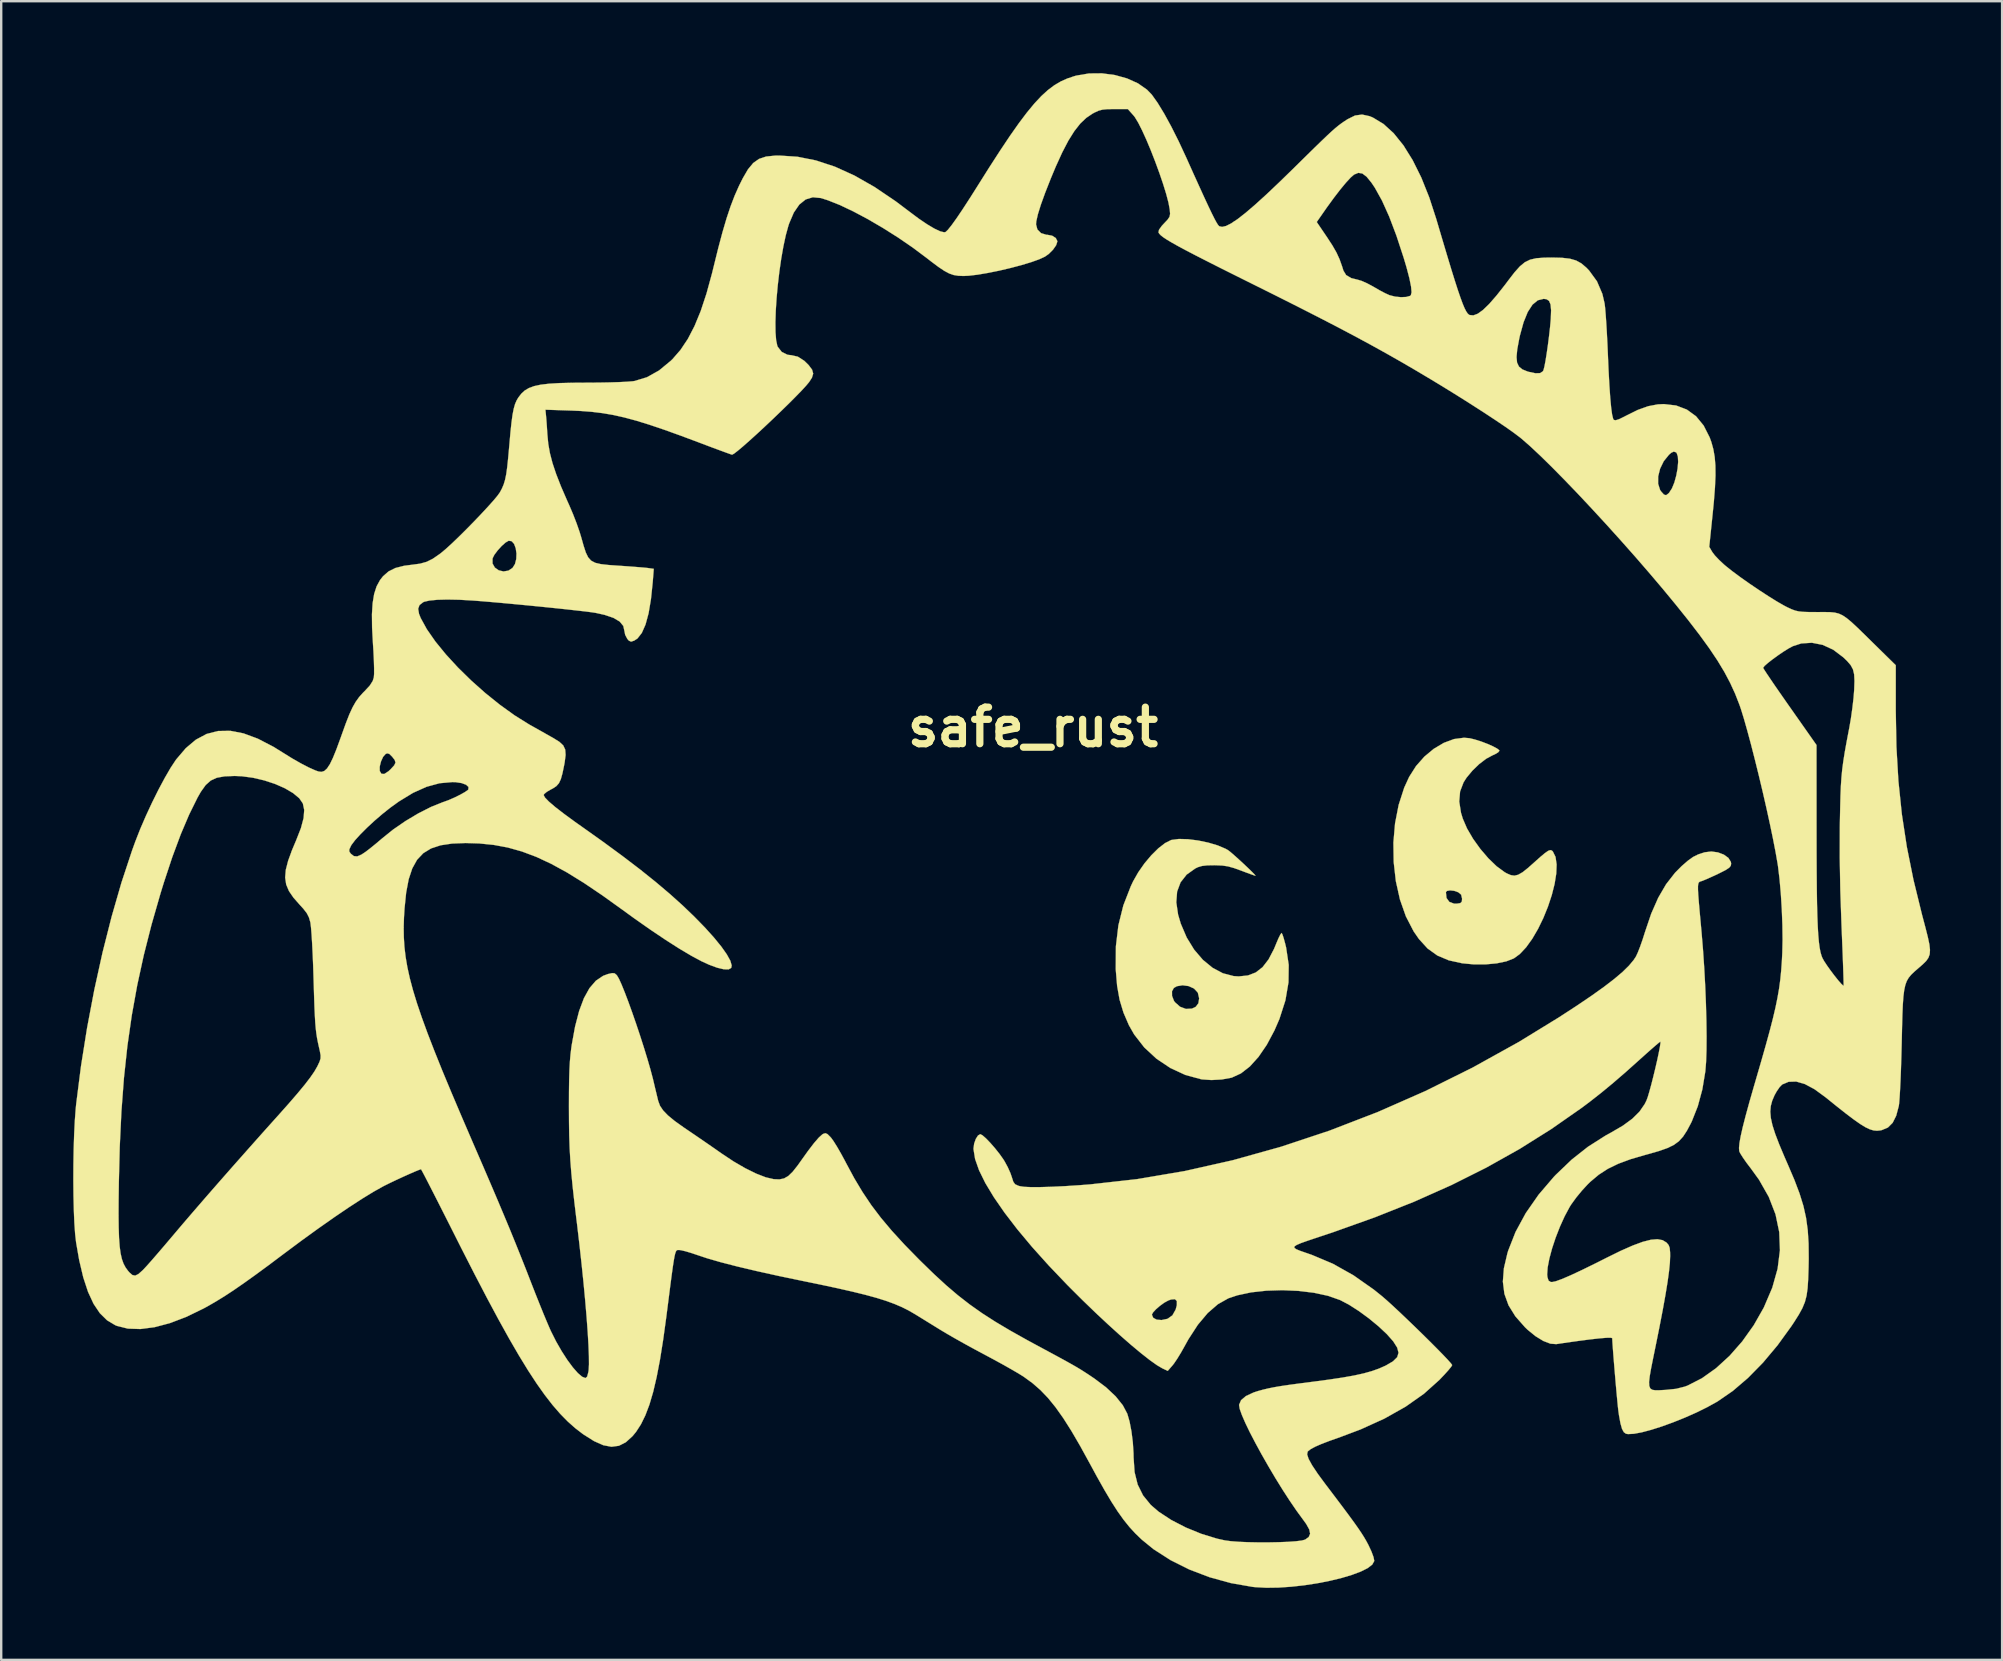
<source format=kicad_pcb>
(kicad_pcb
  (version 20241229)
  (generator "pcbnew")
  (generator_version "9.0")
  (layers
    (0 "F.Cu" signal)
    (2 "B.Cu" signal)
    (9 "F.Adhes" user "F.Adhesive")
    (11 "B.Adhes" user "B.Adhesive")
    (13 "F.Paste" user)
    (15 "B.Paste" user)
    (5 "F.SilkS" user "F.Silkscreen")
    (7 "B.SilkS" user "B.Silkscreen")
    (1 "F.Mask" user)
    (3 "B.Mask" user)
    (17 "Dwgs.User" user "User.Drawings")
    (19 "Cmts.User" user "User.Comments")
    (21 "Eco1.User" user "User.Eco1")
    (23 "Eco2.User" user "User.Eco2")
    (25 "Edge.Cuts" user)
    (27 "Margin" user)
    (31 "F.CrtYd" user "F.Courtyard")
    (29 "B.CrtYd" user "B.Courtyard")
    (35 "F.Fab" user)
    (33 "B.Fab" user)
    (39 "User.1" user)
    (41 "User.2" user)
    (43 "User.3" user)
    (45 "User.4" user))
  (footprint "safe_rust"
    (layer "F.Cu")
    (at 39.981 27.242)
    (property "Reference" "safe_rust" (at 0 0 0) (layer "F.SilkS") (effects (font (size 1.524 1.524) (thickness 0.3))))
    (attr through_hole)
    (fp_poly (pts (xy 18.187 0.46) (xy 18.413 0.515) (xy 18.67 0.596) (xy 18.927 0.694) (xy 19.158 0.796) (xy 19.333 0.889) (xy 19.424 0.963) (xy 19.431 0.982) (xy 19.377 1.049) (xy 19.238 1.131) (xy 19.142 1.173) (xy 18.876 1.316) (xy 18.584 1.54) (xy 18.301 1.814) (xy 18.059 2.106) (xy 17.937 2.297) (xy 17.792 2.677) (xy 17.756 3.097) (xy 17.83 3.567) (xy 17.904 3.81) (xy 18.081 4.22) (xy 18.332 4.65) (xy 18.636 5.073) (xy 18.97 5.463) (xy 19.313 5.794) (xy 19.645 6.039) (xy 19.742 6.093) (xy 19.909 6.164) (xy 20.058 6.185) (xy 20.211 6.148) (xy 20.391 6.045) (xy 20.618 5.865) (xy 20.873 5.639) (xy 21.138 5.402) (xy 21.329 5.243) (xy 21.46 5.152) (xy 21.55 5.12) (xy 21.614 5.138) (xy 21.656 5.178) (xy 21.768 5.405) (xy 21.813 5.717) (xy 21.798 6.098) (xy 21.729 6.529) (xy 21.612 6.992) (xy 21.454 7.47) (xy 21.262 7.944) (xy 21.042 8.397) (xy 20.801 8.811) (xy 20.544 9.169) (xy 20.279 9.451) (xy 20.032 9.631) (xy 19.72 9.754) (xy 19.317 9.838) (xy 18.854 9.881) (xy 18.361 9.881) (xy 17.878 9.835) (xy 17.318 9.712) (xy 16.845 9.512) (xy 16.438 9.22) (xy 16.077 8.824) (xy 15.859 8.509) (xy 15.534 7.882) (xy 15.286 7.177) (xy 15.219 6.874) (xy 17.201 6.874) (xy 17.226 7.115) (xy 17.345 7.279) (xy 17.545 7.353) (xy 17.65 7.353) (xy 17.801 7.329) (xy 17.864 7.267) (xy 17.875 7.146) (xy 17.836 6.976) (xy 17.716 6.877) (xy 17.543 6.816) (xy 17.372 6.798) (xy 17.244 6.822) (xy 17.201 6.874) (xy 15.219 6.874) (xy 15.116 6.415) (xy 15.026 5.617) (xy 15.014 4.807) (xy 15.083 4.006) (xy 15.233 3.236) (xy 15.464 2.52) (xy 15.67 2.071) (xy 15.956 1.621) (xy 16.304 1.227) (xy 16.696 0.901) (xy 17.114 0.653) (xy 17.539 0.495) (xy 17.954 0.44) (xy 18.187 0.46)) (stroke (width 0.01) (type solid)) (fill yes) (layer "F.SilkS"))
    (fp_poly (pts (xy 6.456 4.667) (xy 6.876 4.72) (xy 7.303 4.809) (xy 7.699 4.927) (xy 8.03 5.068) (xy 8.128 5.125) (xy 8.223 5.198) (xy 8.376 5.33) (xy 8.565 5.499) (xy 8.768 5.686) (xy 8.962 5.869) (xy 9.125 6.028) (xy 9.236 6.142) (xy 9.271 6.189) (xy 9.216 6.175) (xy 9.068 6.123) (xy 8.852 6.044) (xy 8.684 5.98) (xy 8.373 5.868) (xy 8.126 5.799) (xy 7.89 5.764) (xy 7.614 5.752) (xy 7.556 5.751) (xy 7.257 5.756) (xy 7.042 5.781) (xy 6.873 5.831) (xy 6.763 5.884) (xy 6.401 6.141) (xy 6.148 6.462) (xy 6.004 6.848) (xy 5.97 7.297) (xy 6.045 7.809) (xy 6.157 8.187) (xy 6.404 8.763) (xy 6.714 9.268) (xy 7.076 9.691) (xy 7.479 10.022) (xy 7.911 10.252) (xy 8.361 10.369) (xy 8.572 10.382) (xy 8.953 10.343) (xy 9.28 10.218) (xy 9.563 9.998) (xy 9.813 9.674) (xy 10.041 9.237) (xy 10.136 9.008) (xy 10.225 8.797) (xy 10.302 8.643) (xy 10.352 8.574) (xy 10.356 8.572) (xy 10.39 8.63) (xy 10.442 8.785) (xy 10.504 9.012) (xy 10.545 9.18) (xy 10.653 9.902) (xy 10.643 10.633) (xy 10.515 11.381) (xy 10.267 12.153) (xy 10.058 12.634) (xy 9.74 13.23) (xy 9.397 13.732) (xy 9.035 14.133) (xy 8.662 14.423) (xy 8.286 14.596) (xy 8.256 14.604) (xy 7.863 14.676) (xy 7.434 14.699) (xy 7.041 14.672) (xy 7.005 14.666) (xy 6.347 14.487) (xy 5.72 14.197) (xy 5.143 13.81) (xy 4.635 13.34) (xy 4.215 12.8) (xy 3.995 12.414) (xy 3.769 11.889) (xy 3.608 11.356) (xy 3.545 11.002) (xy 5.791 11.002) (xy 5.793 11.194) (xy 5.871 11.395) (xy 5.914 11.458) (xy 6.126 11.646) (xy 6.372 11.737) (xy 6.621 11.724) (xy 6.78 11.649) (xy 6.89 11.502) (xy 6.922 11.296) (xy 6.872 11.079) (xy 6.856 11.045) (xy 6.706 10.886) (xy 6.482 10.785) (xy 6.231 10.751) (xy 5.994 10.791) (xy 5.868 10.863) (xy 5.791 11.002) (xy 3.545 11.002) (xy 3.505 10.778) (xy 3.45 10.119) (xy 3.447 10.065) (xy 3.454 9.127) (xy 3.558 8.254) (xy 3.764 7.425) (xy 4.077 6.621) (xy 4.169 6.426) (xy 4.385 6.046) (xy 4.644 5.675) (xy 4.93 5.335) (xy 5.222 5.046) (xy 5.502 4.829) (xy 5.75 4.704) (xy 5.779 4.696) (xy 6.078 4.657) (xy 6.456 4.667)) (stroke (width 0.01) (type solid)) (fill yes) (layer "F.SilkS"))
    (fp_poly (pts (xy 3.41 -27.166) (xy 3.918 -27.025) (xy 4.373 -26.82) (xy 4.75 -26.556) (xy 4.952 -26.346) (xy 5.194 -26.005) (xy 5.466 -25.558) (xy 5.76 -25.021) (xy 6.068 -24.408) (xy 6.381 -23.735) (xy 6.382 -23.733) (xy 6.681 -23.067) (xy 6.934 -22.509) (xy 7.144 -22.049) (xy 7.316 -21.68) (xy 7.455 -21.391) (xy 7.563 -21.175) (xy 7.646 -21.023) (xy 7.707 -20.926) (xy 7.751 -20.875) (xy 7.76 -20.868) (xy 7.877 -20.84) (xy 8.041 -20.878) (xy 8.255 -20.985) (xy 8.343 -21.044) (xy 11.82 -21.044) (xy 12.25 -20.41) (xy 12.476 -20.063) (xy 12.643 -19.771) (xy 12.771 -19.492) (xy 12.881 -19.182) (xy 12.931 -19.02) (xy 13.044 -18.834) (xy 13.26 -18.706) (xy 13.531 -18.639) (xy 13.696 -18.589) (xy 13.922 -18.488) (xy 14.164 -18.359) (xy 14.198 -18.338) (xy 14.439 -18.199) (xy 14.669 -18.078) (xy 14.843 -17.999) (xy 14.859 -17.993) (xy 15.085 -17.936) (xy 15.329 -17.912) (xy 15.549 -17.922) (xy 15.704 -17.965) (xy 15.741 -17.994) (xy 15.771 -18.118) (xy 15.75 -18.354) (xy 15.68 -18.701) (xy 15.561 -19.155) (xy 15.441 -19.558) (xy 15.139 -20.478) (xy 14.839 -21.27) (xy 14.539 -21.936) (xy 14.24 -22.474) (xy 14.098 -22.685) (xy 13.897 -22.931) (xy 13.72 -23.065) (xy 13.552 -23.092) (xy 13.378 -23.02) (xy 13.375 -23.019) (xy 13.235 -22.897) (xy 13.039 -22.685) (xy 12.802 -22.399) (xy 12.537 -22.055) (xy 12.257 -21.671) (xy 12.176 -21.555) (xy 11.82 -21.044) (xy 8.343 -21.044) (xy 8.525 -21.166) (xy 8.855 -21.424) (xy 9.25 -21.762) (xy 9.715 -22.184) (xy 10.254 -22.695) (xy 10.872 -23.296) (xy 10.922 -23.346) (xy 11.362 -23.779) (xy 11.722 -24.133) (xy 12.015 -24.417) (xy 12.251 -24.643) (xy 12.442 -24.82) (xy 12.598 -24.958) (xy 12.732 -25.067) (xy 12.853 -25.158) (xy 12.974 -25.241) (xy 13.105 -25.326) (xy 13.109 -25.328) (xy 13.417 -25.48) (xy 13.71 -25.52) (xy 14.022 -25.452) (xy 14.157 -25.396) (xy 14.599 -25.13) (xy 15.025 -24.742) (xy 15.432 -24.237) (xy 15.816 -23.62) (xy 16.176 -22.895) (xy 16.508 -22.066) (xy 16.797 -21.177) (xy 17.035 -20.373) (xy 17.241 -19.682) (xy 17.418 -19.097) (xy 17.57 -18.608) (xy 17.699 -18.208) (xy 17.809 -17.887) (xy 17.901 -17.638) (xy 17.98 -17.451) (xy 18.048 -17.319) (xy 18.108 -17.232) (xy 18.163 -17.183) (xy 18.19 -17.169) (xy 18.344 -17.154) (xy 18.528 -17.223) (xy 18.746 -17.38) (xy 19.005 -17.631) (xy 19.31 -17.981) (xy 19.669 -18.435) (xy 19.794 -18.602) (xy 20.058 -18.945) (xy 20.281 -19.195) (xy 20.489 -19.367) (xy 20.711 -19.476) (xy 20.972 -19.535) (xy 21.301 -19.559) (xy 21.611 -19.563) (xy 22.037 -19.553) (xy 22.366 -19.515) (xy 22.626 -19.44) (xy 22.847 -19.318) (xy 23.056 -19.139) (xy 23.167 -19.023) (xy 23.494 -18.574) (xy 23.718 -18.051) (xy 23.811 -17.653) (xy 23.833 -17.473) (xy 23.857 -17.189) (xy 23.882 -16.825) (xy 23.907 -16.404) (xy 23.93 -15.95) (xy 23.943 -15.653) (xy 23.976 -14.883) (xy 24.011 -14.238) (xy 24.047 -13.716) (xy 24.085 -13.312) (xy 24.124 -13.025) (xy 24.166 -12.853) (xy 24.194 -12.801) (xy 24.27 -12.784) (xy 24.417 -12.83) (xy 24.649 -12.944) (xy 24.703 -12.973) (xy 25.192 -13.215) (xy 25.624 -13.37) (xy 26.027 -13.447) (xy 26.283 -13.459) (xy 26.791 -13.4) (xy 27.238 -13.23) (xy 27.621 -12.952) (xy 27.938 -12.565) (xy 28.188 -12.072) (xy 28.259 -11.878) (xy 28.341 -11.582) (xy 28.397 -11.263) (xy 28.427 -10.902) (xy 28.431 -10.481) (xy 28.409 -9.984) (xy 28.363 -9.391) (xy 28.318 -8.937) (xy 28.171 -7.513) (xy 28.297 -7.297) (xy 28.404 -7.156) (xy 28.58 -6.97) (xy 28.79 -6.773) (xy 28.861 -6.713) (xy 29.135 -6.495) (xy 29.476 -6.242) (xy 29.859 -5.972) (xy 30.259 -5.702) (xy 30.649 -5.448) (xy 31.004 -5.228) (xy 31.299 -5.059) (xy 31.433 -4.99) (xy 31.605 -4.911) (xy 31.751 -4.857) (xy 31.9 -4.823) (xy 32.082 -4.804) (xy 32.328 -4.796) (xy 32.668 -4.794) (xy 32.707 -4.794) (xy 32.987 -4.795) (xy 33.212 -4.791) (xy 33.399 -4.773) (xy 33.565 -4.732) (xy 33.726 -4.658) (xy 33.897 -4.543) (xy 34.097 -4.377) (xy 34.34 -4.151) (xy 34.643 -3.856) (xy 35.004 -3.501) (xy 35.941 -2.581) (xy 35.941 -0.697) (xy 35.968 0.814) (xy 36.051 2.243) (xy 36.194 3.623) (xy 36.402 4.986) (xy 36.68 6.367) (xy 37.031 7.798) (xy 37.051 7.874) (xy 37.181 8.365) (xy 37.278 8.75) (xy 37.341 9.049) (xy 37.366 9.279) (xy 37.354 9.459) (xy 37.301 9.606) (xy 37.208 9.739) (xy 37.071 9.875) (xy 36.89 10.033) (xy 36.859 10.06) (xy 36.706 10.193) (xy 36.581 10.314) (xy 36.48 10.436) (xy 36.4 10.574) (xy 36.339 10.741) (xy 36.293 10.951) (xy 36.259 11.218) (xy 36.235 11.556) (xy 36.217 11.978) (xy 36.203 12.499) (xy 36.189 13.132) (xy 36.188 13.176) (xy 36.174 13.714) (xy 36.158 14.227) (xy 36.14 14.697) (xy 36.12 15.107) (xy 36.1 15.439) (xy 36.081 15.676) (xy 36.067 15.778) (xy 35.959 16.186) (xy 35.811 16.481) (xy 35.614 16.677) (xy 35.36 16.784) (xy 35.296 16.797) (xy 35.158 16.811) (xy 35.017 16.798) (xy 34.862 16.752) (xy 34.682 16.667) (xy 34.463 16.533) (xy 34.195 16.345) (xy 33.865 16.096) (xy 33.461 15.777) (xy 33.01 15.413) (xy 32.557 15.082) (xy 32.153 14.866) (xy 31.794 14.762) (xy 31.478 14.772) (xy 31.209 14.885) (xy 31.103 14.993) (xy 30.979 15.174) (xy 30.888 15.338) (xy 30.793 15.562) (xy 30.734 15.783) (xy 30.714 16.016) (xy 30.736 16.277) (xy 30.803 16.581) (xy 30.919 16.943) (xy 31.086 17.379) (xy 31.307 17.904) (xy 31.447 18.224) (xy 31.72 18.864) (xy 31.933 19.427) (xy 32.093 19.942) (xy 32.204 20.44) (xy 32.274 20.953) (xy 32.309 21.51) (xy 32.315 22.143) (xy 32.308 22.521) (xy 32.292 22.996) (xy 32.268 23.373) (xy 32.225 23.68) (xy 32.156 23.945) (xy 32.052 24.198) (xy 31.905 24.467) (xy 31.707 24.781) (xy 31.587 24.961) (xy 31.016 25.749) (xy 30.411 26.47) (xy 29.784 27.109) (xy 29.151 27.651) (xy 28.524 28.083) (xy 28.501 28.097) (xy 28.09 28.325) (xy 27.636 28.549) (xy 27.157 28.761) (xy 26.672 28.956) (xy 26.199 29.128) (xy 25.756 29.269) (xy 25.361 29.374) (xy 25.033 29.435) (xy 24.789 29.448) (xy 24.702 29.433) (xy 24.613 29.369) (xy 24.538 29.231) (xy 24.473 29.003) (xy 24.412 28.67) (xy 24.385 28.48) (xy 24.366 28.31) (xy 24.34 28.046) (xy 24.309 27.714) (xy 24.275 27.336) (xy 24.241 26.936) (xy 24.208 26.54) (xy 24.178 26.17) (xy 24.154 25.852) (xy 24.137 25.608) (xy 24.13 25.463) (xy 24.13 25.452) (xy 24.069 25.433) (xy 23.888 25.436) (xy 23.595 25.46) (xy 23.196 25.505) (xy 22.696 25.57) (xy 22.103 25.654) (xy 21.796 25.7) (xy 21.552 25.681) (xy 21.258 25.568) (xy 20.936 25.371) (xy 20.605 25.102) (xy 20.494 24.995) (xy 20.094 24.541) (xy 19.81 24.083) (xy 19.638 23.607) (xy 19.574 23.097) (xy 19.617 22.54) (xy 19.762 21.919) (xy 19.794 21.812) (xy 20.102 21.028) (xy 20.527 20.244) (xy 21.064 19.473) (xy 21.702 18.727) (xy 21.78 18.646) (xy 22.443 18.012) (xy 23.12 17.478) (xy 23.846 17.016) (xy 24.075 16.89) (xy 24.577 16.597) (xy 24.968 16.31) (xy 25.265 16.015) (xy 25.483 15.699) (xy 25.556 15.552) (xy 25.61 15.405) (xy 25.678 15.175) (xy 25.758 14.884) (xy 25.841 14.556) (xy 25.924 14.214) (xy 26.001 13.881) (xy 26.065 13.58) (xy 26.113 13.333) (xy 26.138 13.165) (xy 26.137 13.098) (xy 26.086 13.133) (xy 25.958 13.24) (xy 25.768 13.405) (xy 25.531 13.615) (xy 25.331 13.795) (xy 24.719 14.343) (xy 24.172 14.816) (xy 23.67 15.231) (xy 23.192 15.606) (xy 22.86 15.855) (xy 21.588 16.743) (xy 20.267 17.572) (xy 18.884 18.347) (xy 17.428 19.076) (xy 15.885 19.764) (xy 14.243 20.417) (xy 12.49 21.043) (xy 12.351 21.089) (xy 11.845 21.258) (xy 11.452 21.389) (xy 11.167 21.49) (xy 10.981 21.57) (xy 10.891 21.634) (xy 10.889 21.691) (xy 10.97 21.748) (xy 11.127 21.813) (xy 11.355 21.892) (xy 11.62 21.984) (xy 12.493 22.352) (xy 13.348 22.832) (xy 14.199 23.43) (xy 14.541 23.705) (xy 14.734 23.872) (xy 14.98 24.095) (xy 15.265 24.361) (xy 15.576 24.657) (xy 15.902 24.97) (xy 16.228 25.288) (xy 16.541 25.597) (xy 16.829 25.886) (xy 17.078 26.14) (xy 17.275 26.348) (xy 17.407 26.496) (xy 17.462 26.571) (xy 17.462 26.574) (xy 17.42 26.645) (xy 17.306 26.785) (xy 17.136 26.973) (xy 16.932 27.188) (xy 16.285 27.768) (xy 15.521 28.306) (xy 14.642 28.801) (xy 13.652 29.251) (xy 12.827 29.562) (xy 12.365 29.726) (xy 12.011 29.861) (xy 11.752 29.975) (xy 11.573 30.071) (xy 11.462 30.158) (xy 11.442 30.18) (xy 11.42 30.293) (xy 11.482 30.483) (xy 11.63 30.752) (xy 11.865 31.104) (xy 12.15 31.491) (xy 12.55 32.019) (xy 12.881 32.458) (xy 13.151 32.82) (xy 13.369 33.118) (xy 13.542 33.362) (xy 13.68 33.566) (xy 13.79 33.74) (xy 13.882 33.897) (xy 13.963 34.048) (xy 13.975 34.072) (xy 14.101 34.343) (xy 14.185 34.569) (xy 14.215 34.721) (xy 14.214 34.739) (xy 14.133 34.885) (xy 13.94 35.032) (xy 13.651 35.176) (xy 13.281 35.314) (xy 12.846 35.444) (xy 12.36 35.561) (xy 11.841 35.663) (xy 11.301 35.746) (xy 10.758 35.806) (xy 10.227 35.842) (xy 9.722 35.849) (xy 9.26 35.824) (xy 9.144 35.812) (xy 8.241 35.654) (xy 7.356 35.41) (xy 6.511 35.088) (xy 5.727 34.696) (xy 5.023 34.244) (xy 4.532 33.844) (xy 4.267 33.589) (xy 4.018 33.318) (xy 3.775 33.016) (xy 3.528 32.67) (xy 3.266 32.263) (xy 2.98 31.782) (xy 2.659 31.211) (xy 2.37 30.678) (xy 1.967 29.945) (xy 1.601 29.317) (xy 1.262 28.783) (xy 0.941 28.33) (xy 0.628 27.945) (xy 0.313 27.616) (xy -0.013 27.331) (xy -0.36 27.077) (xy -0.413 27.041) (xy -0.61 26.919) (xy -0.895 26.753) (xy -1.239 26.558) (xy -1.617 26.351) (xy -2.003 26.144) (xy -2.018 26.136) (xy -2.426 25.918) (xy -2.849 25.686) (xy -3.254 25.459) (xy -3.608 25.254) (xy -3.859 25.104) (xy -4.165 24.915) (xy -4.473 24.725) (xy -4.745 24.557) (xy -4.921 24.449) (xy -5.186 24.296) (xy -5.465 24.156) (xy -5.772 24.025) (xy -6.118 23.898) (xy -6.517 23.773) (xy -6.981 23.646) (xy -7.523 23.513) (xy -8.156 23.369) (xy -8.891 23.212) (xy -9.525 23.082) (xy -10.573 22.864) (xy -11.504 22.658) (xy -12.316 22.466) (xy -13.006 22.288) (xy -13.574 22.124) (xy -13.962 21.995) (xy -14.236 21.903) (xy -14.483 21.83) (xy -14.667 21.787) (xy -14.73 21.78) (xy -14.775 21.779) (xy -14.812 21.781) (xy -14.845 21.799) (xy -14.875 21.842) (xy -14.903 21.921) (xy -14.933 22.048) (xy -14.966 22.234) (xy -15.005 22.488) (xy -15.051 22.823) (xy -15.107 23.249) (xy -15.174 23.776) (xy -15.256 24.416) (xy -15.276 24.575) (xy -15.406 25.52) (xy -15.538 26.348) (xy -15.676 27.067) (xy -15.821 27.687) (xy -15.977 28.217) (xy -16.147 28.665) (xy -16.332 29.042) (xy -16.536 29.357) (xy -16.682 29.534) (xy -16.96 29.787) (xy -17.248 29.934) (xy -17.558 29.976) (xy -17.901 29.911) (xy -18.287 29.739) (xy -18.729 29.46) (xy -18.761 29.437) (xy -19.073 29.197) (xy -19.382 28.922) (xy -19.693 28.605) (xy -20.01 28.24) (xy -20.336 27.82) (xy -20.677 27.339) (xy -21.036 26.79) (xy -21.418 26.166) (xy -21.827 25.461) (xy -22.267 24.668) (xy -22.743 23.78) (xy -23.258 22.792) (xy -23.818 21.696) (xy -24.039 21.257) (xy -24.319 20.701) (xy -24.582 20.181) (xy -24.822 19.707) (xy -25.034 19.292) (xy -25.212 18.944) (xy -25.351 18.675) (xy -25.446 18.496) (xy -25.49 18.418) (xy -25.492 18.415) (xy -25.573 18.441) (xy -25.743 18.51) (xy -25.975 18.611) (xy -26.245 18.732) (xy -26.527 18.863) (xy -26.795 18.99) (xy -27.023 19.103) (xy -27.069 19.127) (xy -27.464 19.348) (xy -27.944 19.642) (xy -28.497 20.001) (xy -29.11 20.417) (xy -29.772 20.882) (xy -30.47 21.387) (xy -31.191 21.924) (xy -31.21 21.938) (xy -31.844 22.414) (xy -32.394 22.818) (xy -32.875 23.162) (xy -33.299 23.455) (xy -33.682 23.706) (xy -34.038 23.925) (xy -34.381 24.123) (xy -34.546 24.213) (xy -35.265 24.563) (xy -35.949 24.824) (xy -36.59 24.994) (xy -37.178 25.071) (xy -37.704 25.054) (xy -38.161 24.94) (xy -38.233 24.91) (xy -38.571 24.707) (xy -38.871 24.412) (xy -39.134 24.02) (xy -39.363 23.525) (xy -39.562 22.921) (xy -39.732 22.203) (xy -39.861 21.463) (xy -39.901 21.112) (xy -39.933 20.656) (xy -39.947 20.323) (xy -38.093 20.323) (xy -38.087 20.847) (xy -38.072 21.28) (xy -38.046 21.634) (xy -38.007 21.922) (xy -37.954 22.155) (xy -37.886 22.346) (xy -37.801 22.506) (xy -37.698 22.647) (xy -37.637 22.717) (xy -37.516 22.822) (xy -37.399 22.846) (xy -37.264 22.78) (xy -37.085 22.62) (xy -37.025 22.558) (xy -36.899 22.421) (xy -36.708 22.206) (xy -36.469 21.93) (xy -36.196 21.612) (xy -35.907 21.271) (xy -35.774 21.114) (xy -35.395 20.667) (xy -34.944 20.142) (xy -34.436 19.555) (xy -33.883 18.922) (xy -33.301 18.26) (xy -32.702 17.584) (xy -32.102 16.909) (xy -31.514 16.253) (xy -31.459 16.192) (xy -31.005 15.682) (xy -30.633 15.251) (xy -30.335 14.891) (xy -30.105 14.591) (xy -29.933 14.341) (xy -29.813 14.133) (xy -29.804 14.114) (xy -29.719 13.934) (xy -29.678 13.802) (xy -29.676 13.667) (xy -29.709 13.483) (xy -29.739 13.352) (xy -29.785 13.144) (xy -29.823 12.952) (xy -29.853 12.758) (xy -29.878 12.546) (xy -29.899 12.299) (xy -29.916 11.998) (xy -29.933 11.627) (xy -29.948 11.169) (xy -29.965 10.607) (xy -29.971 10.414) (xy -29.987 9.912) (xy -30.007 9.435) (xy -30.029 9.002) (xy -30.052 8.632) (xy -30.075 8.346) (xy -26.215 8.346) (xy -26.209 8.748) (xy -26.184 9.152) (xy -26.135 9.567) (xy -26.061 10.001) (xy -25.959 10.463) (xy -25.826 10.962) (xy -25.66 11.505) (xy -25.457 12.103) (xy -25.216 12.763) (xy -24.933 13.494) (xy -24.607 14.305) (xy -24.233 15.203) (xy -23.81 16.199) (xy -23.336 17.3) (xy -23.307 17.367) (xy -22.929 18.239) (xy -22.596 19.014) (xy -22.3 19.708) (xy -22.034 20.34) (xy -21.789 20.927) (xy -21.56 21.489) (xy -21.338 22.042) (xy -21.115 22.604) (xy -20.886 23.194) (xy -20.714 23.633) (xy -20.541 24.065) (xy -20.378 24.467) (xy -20.234 24.811) (xy -20.12 25.075) (xy -20.078 25.167) (xy -19.864 25.593) (xy -19.633 25.995) (xy -19.398 26.359) (xy -19.169 26.668) (xy -18.959 26.907) (xy -18.778 27.061) (xy -18.64 27.114) (xy -18.572 27.052) (xy -18.522 26.865) (xy -18.509 26.781) (xy -18.496 26.543) (xy -18.499 26.192) (xy -18.517 25.739) (xy -18.549 25.196) (xy -18.595 24.574) (xy -18.653 23.886) (xy -18.723 23.144) (xy -18.804 22.359) (xy -18.894 21.543) (xy -18.992 20.709) (xy -19.017 20.511) (xy -19.105 19.776) (xy -19.176 19.139) (xy -19.231 18.571) (xy -19.272 18.046) (xy -19.301 17.534) (xy -19.319 17.009) (xy -19.328 16.442) (xy -19.331 15.805) (xy -19.331 15.78) (xy -19.329 15.181) (xy -19.322 14.687) (xy -19.31 14.278) (xy -19.291 13.932) (xy -19.265 13.628) (xy -19.23 13.344) (xy -19.215 13.24) (xy -19.075 12.471) (xy -18.906 11.823) (xy -18.707 11.291) (xy -18.475 10.872) (xy -18.208 10.562) (xy -17.906 10.358) (xy -17.707 10.284) (xy -17.532 10.245) (xy -17.429 10.253) (xy -17.35 10.318) (xy -17.326 10.347) (xy -17.247 10.482) (xy -17.138 10.721) (xy -17.006 11.047) (xy -16.856 11.441) (xy -16.695 11.887) (xy -16.529 12.366) (xy -16.364 12.86) (xy -16.206 13.353) (xy -16.061 13.826) (xy -15.935 14.262) (xy -15.834 14.643) (xy -15.813 14.732) (xy -15.744 15.024) (xy -15.678 15.297) (xy -15.627 15.509) (xy -15.611 15.574) (xy -15.538 15.77) (xy -15.408 15.964) (xy -15.209 16.171) (xy -14.926 16.404) (xy -14.547 16.675) (xy -14.417 16.763) (xy -14.062 17.004) (xy -13.661 17.279) (xy -13.269 17.55) (xy -12.986 17.749) (xy -12.479 18.086) (xy -11.989 18.371) (xy -11.534 18.596) (xy -11.132 18.752) (xy -10.803 18.828) (xy -10.792 18.829) (xy -10.563 18.838) (xy -10.37 18.798) (xy -10.192 18.696) (xy -10.008 18.517) (xy -9.795 18.247) (xy -9.683 18.089) (xy -9.374 17.656) (xy -9.123 17.328) (xy -8.926 17.1) (xy -8.778 16.966) (xy -8.74 16.942) (xy -8.649 16.913) (xy -8.561 16.95) (xy -8.441 17.069) (xy -8.408 17.106) (xy -8.305 17.249) (xy -8.162 17.477) (xy -7.998 17.762) (xy -7.828 18.075) (xy -7.786 18.157) (xy -7.447 18.787) (xy -7.102 19.363) (xy -6.737 19.908) (xy -6.334 20.44) (xy -5.878 20.982) (xy -5.353 21.555) (xy -4.744 22.178) (xy -4.664 22.257) (xy -4.122 22.784) (xy -3.618 23.248) (xy -3.13 23.664) (xy -2.639 24.046) (xy -2.124 24.41) (xy -1.564 24.77) (xy -0.938 25.142) (xy -0.226 25.541) (xy 0.159 25.749) (xy 0.647 26.012) (xy 1.04 26.224) (xy 1.355 26.396) (xy 1.607 26.537) (xy 1.815 26.656) (xy 1.994 26.764) (xy 2.161 26.87) (xy 2.334 26.983) (xy 2.528 27.114) (xy 2.555 27.132) (xy 3.043 27.499) (xy 3.443 27.875) (xy 3.742 28.247) (xy 3.929 28.6) (xy 4.023 28.925) (xy 4.102 29.336) (xy 4.159 29.792) (xy 4.188 30.253) (xy 4.191 30.428) (xy 4.232 31.031) (xy 4.361 31.551) (xy 4.585 32.003) (xy 4.909 32.401) (xy 5.239 32.684) (xy 5.762 33.027) (xy 6.369 33.34) (xy 7.018 33.605) (xy 7.668 33.804) (xy 7.995 33.876) (xy 8.246 33.91) (xy 8.577 33.935) (xy 8.964 33.951) (xy 9.385 33.959) (xy 9.816 33.959) (xy 10.235 33.951) (xy 10.62 33.936) (xy 10.946 33.913) (xy 11.192 33.883) (xy 11.334 33.845) (xy 11.335 33.845) (xy 11.486 33.737) (xy 11.545 33.6) (xy 11.51 33.422) (xy 11.378 33.186) (xy 11.24 32.996) (xy 10.972 32.629) (xy 10.686 32.21) (xy 10.389 31.751) (xy 10.09 31.267) (xy 9.798 30.773) (xy 9.519 30.284) (xy 9.262 29.812) (xy 9.034 29.374) (xy 8.845 28.982) (xy 8.702 28.652) (xy 8.612 28.399) (xy 8.585 28.235) (xy 8.585 28.228) (xy 8.668 28.035) (xy 8.871 27.863) (xy 9.192 27.714) (xy 9.37 27.656) (xy 9.584 27.597) (xy 9.803 27.545) (xy 10.045 27.496) (xy 10.333 27.447) (xy 10.686 27.395) (xy 11.125 27.336) (xy 11.639 27.27) (xy 12.323 27.179) (xy 12.896 27.093) (xy 13.375 27.008) (xy 13.778 26.919) (xy 14.12 26.823) (xy 14.418 26.717) (xy 14.689 26.596) (xy 14.7 26.591) (xy 14.996 26.418) (xy 15.171 26.246) (xy 15.228 26.06) (xy 15.172 25.845) (xy 15.008 25.586) (xy 15.007 25.584) (xy 14.743 25.286) (xy 14.396 24.96) (xy 13.996 24.63) (xy 13.574 24.321) (xy 13.162 24.057) (xy 12.794 23.864) (xy 12.293 23.688) (xy 11.706 23.561) (xy 11.061 23.483) (xy 10.39 23.453) (xy 9.721 23.474) (xy 9.086 23.544) (xy 8.514 23.666) (xy 8.138 23.792) (xy 7.703 24.037) (xy 7.278 24.405) (xy 6.868 24.893) (xy 6.474 25.5) (xy 6.323 25.773) (xy 6.169 26.047) (xy 6.011 26.306) (xy 5.873 26.51) (xy 5.815 26.583) (xy 5.614 26.815) (xy 5.387 26.708) (xy 5.163 26.576) (xy 4.862 26.362) (xy 4.497 26.075) (xy 4.076 25.724) (xy 3.613 25.319) (xy 3.117 24.869) (xy 2.694 24.474) (xy 4.953 24.474) (xy 5.008 24.603) (xy 5.152 24.681) (xy 5.356 24.698) (xy 5.592 24.648) (xy 5.612 24.641) (xy 5.808 24.501) (xy 5.944 24.259) (xy 5.992 24.08) (xy 5.993 23.907) (xy 5.913 23.828) (xy 5.748 23.842) (xy 5.635 23.883) (xy 5.47 23.973) (xy 5.288 24.105) (xy 5.12 24.251) (xy 4.998 24.384) (xy 4.953 24.474) (xy 2.694 24.474) (xy 2.599 24.385) (xy 2.071 23.875) (xy 1.543 23.349) (xy 1.425 23.23) (xy 0.654 22.422) (xy -0.041 21.648) (xy -0.655 20.913) (xy -1.186 20.221) (xy -1.63 19.579) (xy -1.985 18.99) (xy -2.246 18.459) (xy -2.411 17.991) (xy -2.476 17.591) (xy -2.477 17.543) (xy -2.45 17.343) (xy -2.381 17.151) (xy -2.29 17.009) (xy -2.196 16.954) (xy -2.103 17.002) (xy -1.956 17.131) (xy -1.775 17.319) (xy -1.581 17.542) (xy -1.392 17.779) (xy -1.231 18.008) (xy -1.185 18.081) (xy -1.052 18.326) (xy -0.937 18.583) (xy -0.879 18.753) (xy -0.819 18.938) (xy -0.745 19.04) (xy -0.618 19.1) (xy -0.542 19.122) (xy -0.361 19.148) (xy -0.068 19.161) (xy 0.324 19.159) (xy 0.798 19.145) (xy 1.342 19.119) (xy 1.942 19.08) (xy 2.381 19.046) (xy 4.337 18.827) (xy 6.322 18.49) (xy 8.326 18.039) (xy 10.34 17.476) (xy 12.355 16.806) (xy 14.363 16.031) (xy 16.352 15.155) (xy 18.314 14.18) (xy 20.241 13.111) (xy 21.912 12.086) (xy 22.64 11.612) (xy 23.261 11.192) (xy 23.784 10.819) (xy 24.215 10.488) (xy 24.561 10.195) (xy 24.828 9.932) (xy 25.025 9.696) (xy 25.116 9.557) (xy 25.192 9.395) (xy 25.29 9.146) (xy 25.396 8.844) (xy 25.492 8.541) (xy 25.754 7.767) (xy 26.046 7.105) (xy 26.374 6.542) (xy 26.747 6.064) (xy 27.022 5.787) (xy 27.282 5.561) (xy 27.497 5.407) (xy 27.709 5.301) (xy 27.956 5.22) (xy 27.988 5.211) (xy 28.26 5.179) (xy 28.533 5.216) (xy 28.779 5.309) (xy 28.968 5.445) (xy 29.072 5.612) (xy 29.083 5.69) (xy 29.067 5.775) (xy 29.003 5.853) (xy 28.871 5.941) (xy 28.649 6.056) (xy 28.576 6.092) (xy 28.321 6.212) (xy 28.087 6.318) (xy 27.914 6.39) (xy 27.878 6.404) (xy 27.818 6.422) (xy 27.771 6.44) (xy 27.736 6.47) (xy 27.713 6.527) (xy 27.702 6.623) (xy 27.702 6.77) (xy 27.713 6.983) (xy 27.736 7.275) (xy 27.769 7.657) (xy 27.814 8.145) (xy 27.85 8.541) (xy 27.911 9.275) (xy 27.962 10.029) (xy 28.003 10.785) (xy 28.033 11.524) (xy 28.052 12.228) (xy 28.06 12.88) (xy 28.056 13.46) (xy 28.039 13.951) (xy 28.008 14.334) (xy 28.007 14.344) (xy 27.883 15.091) (xy 27.693 15.793) (xy 27.447 16.415) (xy 27.404 16.503) (xy 27.239 16.813) (xy 27.08 17.056) (xy 26.907 17.247) (xy 26.699 17.4) (xy 26.434 17.53) (xy 26.092 17.651) (xy 25.653 17.778) (xy 25.511 17.816) (xy 24.894 17.996) (xy 24.381 18.186) (xy 23.947 18.397) (xy 23.569 18.642) (xy 23.222 18.933) (xy 23.109 19.043) (xy 22.868 19.304) (xy 22.628 19.596) (xy 22.427 19.873) (xy 22.356 19.985) (xy 22.146 20.377) (xy 21.949 20.812) (xy 21.772 21.266) (xy 21.623 21.716) (xy 21.51 22.137) (xy 21.439 22.507) (xy 21.419 22.8) (xy 21.43 22.908) (xy 21.477 23.054) (xy 21.564 23.11) (xy 21.625 23.114) (xy 21.779 23.082) (xy 22.042 22.986) (xy 22.409 22.828) (xy 22.881 22.607) (xy 23.454 22.326) (xy 23.886 22.108) (xy 24.483 21.814) (xy 24.986 21.592) (xy 25.403 21.438) (xy 25.743 21.352) (xy 26.015 21.33) (xy 26.229 21.37) (xy 26.392 21.47) (xy 26.396 21.474) (xy 26.478 21.571) (xy 26.523 21.692) (xy 26.54 21.876) (xy 26.542 22.03) (xy 26.531 22.31) (xy 26.495 22.666) (xy 26.435 23.107) (xy 26.348 23.64) (xy 26.234 24.273) (xy 26.091 25.014) (xy 25.943 25.749) (xy 25.833 26.287) (xy 25.748 26.712) (xy 25.691 27.038) (xy 25.664 27.277) (xy 25.672 27.442) (xy 25.716 27.547) (xy 25.799 27.603) (xy 25.924 27.623) (xy 26.095 27.621) (xy 26.313 27.609) (xy 26.352 27.607) (xy 26.79 27.562) (xy 27.158 27.469) (xy 27.274 27.425) (xy 27.869 27.12) (xy 28.455 26.703) (xy 29.019 26.187) (xy 29.546 25.586) (xy 30.024 24.915) (xy 30.438 24.187) (xy 30.45 24.162) (xy 30.797 23.35) (xy 31.019 22.56) (xy 31.116 21.788) (xy 31.087 21.033) (xy 30.932 20.293) (xy 30.651 19.567) (xy 30.245 18.852) (xy 29.907 18.385) (xy 29.723 18.143) (xy 29.569 17.922) (xy 29.462 17.751) (xy 29.421 17.664) (xy 29.411 17.53) (xy 29.43 17.323) (xy 29.482 17.035) (xy 29.567 16.659) (xy 29.688 16.187) (xy 29.845 15.613) (xy 30.042 14.927) (xy 30.099 14.732) (xy 30.329 13.942) (xy 30.524 13.257) (xy 30.687 12.663) (xy 30.821 12.144) (xy 30.929 11.685) (xy 31.014 11.27) (xy 31.081 10.885) (xy 31.131 10.514) (xy 31.168 10.142) (xy 31.196 9.753) (xy 31.214 9.398) (xy 31.226 8.856) (xy 31.218 8.239) (xy 31.193 7.587) (xy 31.153 6.935) (xy 31.099 6.324) (xy 31.035 5.791) (xy 31.015 5.665) (xy 30.932 5.19) (xy 30.824 4.636) (xy 30.696 4.021) (xy 30.552 3.365) (xy 30.397 2.688) (xy 30.235 2.008) (xy 30.071 1.345) (xy 29.911 0.718) (xy 29.757 0.147) (xy 29.616 -0.35) (xy 29.492 -0.752) (xy 29.43 -0.932) (xy 29.249 -1.395) (xy 29.041 -1.848) (xy 28.799 -2.305) (xy 28.697 -2.473) (xy 30.416 -2.473) (xy 30.452 -2.409) (xy 30.551 -2.255) (xy 30.707 -2.024) (xy 30.908 -1.728) (xy 31.148 -1.382) (xy 31.416 -0.997) (xy 31.528 -0.838) (xy 32.639 0.743) (xy 32.641 4.293) (xy 32.642 5.226) (xy 32.646 6.042) (xy 32.652 6.748) (xy 32.661 7.353) (xy 32.674 7.867) (xy 32.691 8.298) (xy 32.712 8.656) (xy 32.738 8.948) (xy 32.769 9.183) (xy 32.805 9.372) (xy 32.848 9.522) (xy 32.884 9.614) (xy 32.957 9.746) (xy 33.078 9.929) (xy 33.227 10.138) (xy 33.386 10.349) (xy 33.538 10.539) (xy 33.665 10.685) (xy 33.748 10.762) (xy 33.768 10.767) (xy 33.769 10.702) (xy 33.765 10.524) (xy 33.757 10.246) (xy 33.745 9.883) (xy 33.729 9.447) (xy 33.709 8.954) (xy 33.688 8.416) (xy 33.682 8.28) (xy 33.631 6.798) (xy 33.607 5.43) (xy 33.61 4.169) (xy 33.614 3.905) (xy 33.626 3.326) (xy 33.638 2.848) (xy 33.655 2.444) (xy 33.679 2.088) (xy 33.711 1.755) (xy 33.756 1.418) (xy 33.814 1.051) (xy 33.89 0.628) (xy 33.986 0.123) (xy 34.004 0.032) (xy 34.073 -0.369) (xy 34.134 -0.803) (xy 34.182 -1.217) (xy 34.209 -1.559) (xy 34.221 -1.925) (xy 34.208 -2.197) (xy 34.159 -2.405) (xy 34.065 -2.581) (xy 33.914 -2.757) (xy 33.75 -2.914) (xy 33.335 -3.227) (xy 32.896 -3.429) (xy 32.447 -3.517) (xy 32.003 -3.488) (xy 31.655 -3.375) (xy 31.484 -3.284) (xy 31.27 -3.151) (xy 31.038 -2.993) (xy 30.812 -2.829) (xy 30.616 -2.676) (xy 30.476 -2.553) (xy 30.417 -2.477) (xy 30.416 -2.473) (xy 28.697 -2.473) (xy 28.512 -2.78) (xy 28.171 -3.289) (xy 27.768 -3.844) (xy 27.293 -4.462) (xy 26.77 -5.114) (xy 26.242 -5.754) (xy 25.678 -6.419) (xy 25.09 -7.098) (xy 24.486 -7.779) (xy 23.879 -8.452) (xy 23.277 -9.105) (xy 22.692 -9.729) (xy 22.294 -10.143) (xy 26.041 -10.143) (xy 26.122 -9.886) (xy 26.167 -9.819) (xy 26.284 -9.69) (xy 26.373 -9.664) (xy 26.47 -9.735) (xy 26.501 -9.768) (xy 26.617 -9.946) (xy 26.718 -10.193) (xy 26.797 -10.479) (xy 26.852 -10.774) (xy 26.876 -11.049) (xy 26.864 -11.275) (xy 26.813 -11.423) (xy 26.783 -11.451) (xy 26.692 -11.48) (xy 26.589 -11.432) (xy 26.492 -11.347) (xy 26.275 -11.079) (xy 26.124 -10.769) (xy 26.043 -10.447) (xy 26.041 -10.143) (xy 22.294 -10.143) (xy 22.132 -10.311) (xy 21.61 -10.841) (xy 21.133 -11.308) (xy 20.714 -11.701) (xy 20.362 -12.009) (xy 20.286 -12.071) (xy 20.033 -12.262) (xy 19.685 -12.508) (xy 19.257 -12.797) (xy 18.764 -13.122) (xy 18.22 -13.471) (xy 17.641 -13.836) (xy 17.042 -14.206) (xy 16.571 -14.491) (xy 15.945 -14.864) (xy 15.327 -15.224) (xy 14.979 -15.422) (xy 20.143 -15.422) (xy 20.165 -15.188) (xy 20.244 -15.021) (xy 20.386 -14.904) (xy 20.596 -14.819) (xy 20.637 -14.806) (xy 20.929 -14.743) (xy 21.126 -14.749) (xy 21.241 -14.826) (xy 21.266 -14.875) (xy 21.304 -15.019) (xy 21.35 -15.26) (xy 21.4 -15.573) (xy 21.451 -15.927) (xy 21.498 -16.295) (xy 21.538 -16.649) (xy 21.567 -16.961) (xy 21.571 -17.022) (xy 21.583 -17.369) (xy 21.561 -17.608) (xy 21.499 -17.756) (xy 21.392 -17.828) (xy 21.272 -17.843) (xy 21.028 -17.783) (xy 20.807 -17.6) (xy 20.609 -17.294) (xy 20.435 -16.864) (xy 20.283 -16.311) (xy 20.251 -16.161) (xy 20.173 -15.74) (xy 20.143 -15.422) (xy 14.979 -15.422) (xy 14.704 -15.578) (xy 14.061 -15.934) (xy 13.383 -16.3) (xy 12.658 -16.683) (xy 11.87 -17.09) (xy 11.005 -17.531) (xy 10.05 -18.011) (xy 9.303 -18.383) (xy 8.516 -18.775) (xy 7.835 -19.115) (xy 7.254 -19.409) (xy 6.764 -19.659) (xy 6.358 -19.871) (xy 6.029 -20.048) (xy 5.768 -20.195) (xy 5.568 -20.315) (xy 5.421 -20.413) (xy 5.32 -20.493) (xy 5.258 -20.56) (xy 5.227 -20.613) (xy 5.25 -20.721) (xy 5.368 -20.886) (xy 5.462 -20.987) (xy 5.612 -21.147) (xy 5.689 -21.264) (xy 5.712 -21.384) (xy 5.698 -21.553) (xy 5.696 -21.57) (xy 5.644 -21.853) (xy 5.549 -22.214) (xy 5.419 -22.634) (xy 5.264 -23.09) (xy 5.091 -23.562) (xy 4.909 -24.028) (xy 4.725 -24.467) (xy 4.547 -24.858) (xy 4.385 -25.179) (xy 4.246 -25.409) (xy 4.191 -25.479) (xy 3.951 -25.749) (xy 3.388 -25.749) (xy 3.102 -25.745) (xy 2.899 -25.725) (xy 2.734 -25.682) (xy 2.566 -25.605) (xy 2.481 -25.559) (xy 2.219 -25.382) (xy 1.968 -25.143) (xy 1.723 -24.831) (xy 1.476 -24.437) (xy 1.22 -23.947) (xy 0.949 -23.353) (xy 0.743 -22.86) (xy 0.508 -22.264) (xy 0.328 -21.765) (xy 0.204 -21.367) (xy 0.138 -21.074) (xy 0.127 -20.948) (xy 0.183 -20.734) (xy 0.336 -20.58) (xy 0.558 -20.512) (xy 0.599 -20.511) (xy 0.798 -20.473) (xy 0.95 -20.377) (xy 1.015 -20.248) (xy 1.016 -20.236) (xy 0.965 -20.077) (xy 0.835 -19.891) (xy 0.654 -19.711) (xy 0.496 -19.6) (xy 0.258 -19.49) (xy -0.079 -19.37) (xy -0.488 -19.247) (xy -0.943 -19.127) (xy -1.416 -19.016) (xy -1.881 -18.922) (xy -2.311 -18.849) (xy -2.679 -18.806) (xy -2.891 -18.796) (xy -3.11 -18.804) (xy -3.302 -18.835) (xy -3.49 -18.9) (xy -3.696 -19.01) (xy -3.943 -19.176) (xy -4.253 -19.408) (xy -4.421 -19.539) (xy -5.002 -19.974) (xy -5.619 -20.397) (xy -6.252 -20.797) (xy -6.88 -21.164) (xy -7.486 -21.486) (xy -8.049 -21.753) (xy -8.55 -21.952) (xy -8.841 -22.043) (xy -9.171 -22.075) (xy -9.469 -21.984) (xy -9.733 -21.772) (xy -9.963 -21.438) (xy -10.157 -20.985) (xy -10.191 -20.882) (xy -10.299 -20.489) (xy -10.398 -20.027) (xy -10.488 -19.515) (xy -10.566 -18.973) (xy -10.631 -18.419) (xy -10.681 -17.871) (xy -10.715 -17.348) (xy -10.73 -16.87) (xy -10.726 -16.455) (xy -10.7 -16.122) (xy -10.651 -15.889) (xy -10.633 -15.846) (xy -10.466 -15.632) (xy -10.225 -15.513) (xy -10.059 -15.494) (xy -9.795 -15.434) (xy -9.523 -15.259) (xy -9.344 -15.082) (xy -9.201 -14.891) (xy -9.156 -14.729) (xy -9.208 -14.557) (xy -9.326 -14.376) (xy -9.45 -14.227) (xy -9.642 -14.018) (xy -9.89 -13.763) (xy -10.179 -13.473) (xy -10.498 -13.162) (xy -10.833 -12.84) (xy -11.171 -12.521) (xy -11.499 -12.217) (xy -11.804 -11.941) (xy -12.073 -11.703) (xy -12.293 -11.518) (xy -12.451 -11.396) (xy -12.533 -11.351) (xy -12.537 -11.351) (xy -12.618 -11.378) (xy -12.799 -11.443) (xy -13.06 -11.539) (xy -13.384 -11.659) (xy -13.75 -11.797) (xy -13.849 -11.835) (xy -14.651 -12.135) (xy -15.354 -12.388) (xy -15.974 -12.598) (xy -16.525 -12.768) (xy -17.026 -12.903) (xy -17.491 -13.007) (xy -17.937 -13.083) (xy -18.381 -13.137) (xy -18.838 -13.172) (xy -19.22 -13.189) (xy -20.31 -13.225) (xy -20.286 -12.978) (xy -20.27 -12.797) (xy -20.251 -12.538) (xy -20.233 -12.252) (xy -20.229 -12.192) (xy -20.192 -11.804) (xy -20.123 -11.414) (xy -20.016 -11.002) (xy -19.864 -10.547) (xy -19.662 -10.03) (xy -19.402 -9.43) (xy -19.31 -9.226) (xy -19.161 -8.876) (xy -19.013 -8.495) (xy -18.888 -8.136) (xy -18.823 -7.924) (xy -18.719 -7.555) (xy -18.628 -7.276) (xy -18.53 -7.075) (xy -18.406 -6.937) (xy -18.236 -6.847) (xy -18.001 -6.792) (xy -17.681 -6.756) (xy -17.256 -6.726) (xy -17.188 -6.722) (xy -16.833 -6.697) (xy -16.506 -6.672) (xy -16.237 -6.65) (xy -16.055 -6.632) (xy -16.011 -6.626) (xy -15.797 -6.596) (xy -15.84 -6.044) (xy -15.914 -5.333) (xy -16.013 -4.745) (xy -16.14 -4.277) (xy -16.294 -3.928) (xy -16.476 -3.695) (xy -16.613 -3.605) (xy -16.743 -3.563) (xy -16.836 -3.606) (xy -16.898 -3.676) (xy -16.988 -3.846) (xy -17.018 -3.999) (xy -17.066 -4.216) (xy -17.215 -4.399) (xy -17.472 -4.552) (xy -17.842 -4.678) (xy -18.214 -4.761) (xy -18.386 -4.787) (xy -18.665 -4.823) (xy -19.035 -4.865) (xy -19.476 -4.914) (xy -19.971 -4.966) (xy -20.501 -5.02) (xy -21.049 -5.074) (xy -21.595 -5.126) (xy -22.123 -5.175) (xy -22.612 -5.218) (xy -23.046 -5.254) (xy -23.336 -5.276) (xy -23.896 -5.308) (xy -24.392 -5.318) (xy -24.811 -5.307) (xy -25.137 -5.276) (xy -25.357 -5.226) (xy -25.402 -5.206) (xy -25.555 -5.087) (xy -25.612 -4.933) (xy -25.576 -4.721) (xy -25.506 -4.546) (xy -25.25 -4.08) (xy -24.897 -3.572) (xy -24.461 -3.037) (xy -23.959 -2.49) (xy -23.405 -1.947) (xy -22.816 -1.423) (xy -22.207 -0.933) (xy -21.594 -0.492) (xy -20.992 -0.116) (xy -20.923 -0.077) (xy -20.63 0.087) (xy -20.331 0.256) (xy -20.072 0.402) (xy -19.981 0.453) (xy -19.729 0.61) (xy -19.568 0.76) (xy -19.486 0.934) (xy -19.47 1.159) (xy -19.509 1.468) (xy -19.529 1.575) (xy -19.6 1.92) (xy -19.668 2.164) (xy -19.748 2.334) (xy -19.854 2.455) (xy -20 2.552) (xy -20.082 2.594) (xy -20.252 2.693) (xy -20.361 2.784) (xy -20.384 2.827) (xy -20.329 2.931) (xy -20.168 3.098) (xy -19.903 3.325) (xy -19.535 3.61) (xy -19.069 3.951) (xy -18.822 4.125) (xy -17.912 4.772) (xy -17.1 5.368) (xy -16.375 5.921) (xy -15.723 6.443) (xy -15.132 6.943) (xy -14.59 7.43) (xy -14.108 7.893) (xy -13.665 8.347) (xy -13.288 8.766) (xy -12.982 9.141) (xy -12.754 9.465) (xy -12.608 9.729) (xy -12.551 9.927) (xy -12.571 10.029) (xy -12.68 10.09) (xy -12.88 10.085) (xy -13.157 10.019) (xy -13.495 9.894) (xy -13.806 9.751) (xy -14.231 9.523) (xy -14.738 9.222) (xy -15.311 8.856) (xy -15.936 8.436) (xy -16.598 7.972) (xy -17.093 7.613) (xy -17.936 7.008) (xy -18.705 6.489) (xy -19.412 6.052) (xy -20.07 5.692) (xy -20.692 5.402) (xy -21.29 5.178) (xy -21.877 5.013) (xy -22.465 4.904) (xy -23.068 4.843) (xy -23.635 4.826) (xy -24.199 4.848) (xy -24.677 4.92) (xy -25.074 5.051) (xy -25.398 5.249) (xy -25.657 5.523) (xy -25.857 5.883) (xy -26.007 6.336) (xy -26.112 6.891) (xy -26.18 7.558) (xy -26.203 7.938) (xy -26.215 8.346) (xy -30.075 8.346) (xy -30.075 8.346) (xy -30.097 8.161) (xy -30.102 8.13) (xy -30.161 7.926) (xy -30.25 7.75) (xy -30.395 7.562) (xy -30.544 7.399) (xy -30.806 7.102) (xy -30.994 6.827) (xy -31.109 6.555) (xy -31.152 6.265) (xy -31.125 5.94) (xy -31.027 5.56) (xy -30.886 5.177) (xy -28.483 5.177) (xy -28.423 5.263) (xy -28.411 5.276) (xy -28.288 5.372) (xy -28.149 5.383) (xy -27.97 5.305) (xy -27.807 5.197) (xy -27.622 5.056) (xy -27.389 4.867) (xy -27.152 4.667) (xy -27.114 4.634) (xy -26.655 4.265) (xy -26.14 3.91) (xy -25.602 3.589) (xy -25.075 3.322) (xy -24.593 3.128) (xy -24.543 3.111) (xy -24.328 3.032) (xy -24.087 2.926) (xy -23.853 2.81) (xy -23.66 2.701) (xy -23.54 2.616) (xy -23.521 2.595) (xy -23.515 2.49) (xy -23.615 2.398) (xy -23.801 2.329) (xy -24.055 2.291) (xy -24.185 2.287) (xy -24.72 2.335) (xy -25.262 2.483) (xy -25.822 2.734) (xy -26.413 3.094) (xy -26.762 3.345) (xy -27.093 3.608) (xy -27.426 3.894) (xy -27.741 4.185) (xy -28.019 4.463) (xy -28.241 4.708) (xy -28.387 4.901) (xy -28.412 4.945) (xy -28.479 5.089) (xy -28.483 5.177) (xy -30.886 5.177) (xy -30.86 5.106) (xy -30.691 4.705) (xy -30.495 4.204) (xy -30.384 3.787) (xy -30.358 3.448) (xy -30.415 3.178) (xy -30.415 3.178) (xy -30.566 2.959) (xy -30.822 2.746) (xy -31.163 2.545) (xy -31.569 2.366) (xy -32.018 2.218) (xy -32.489 2.107) (xy -32.961 2.044) (xy -33.255 2.032) (xy -33.674 2.048) (xy -33.997 2.106) (xy -34.25 2.221) (xy -34.463 2.41) (xy -34.663 2.689) (xy -34.801 2.93) (xy -35.15 3.636) (xy -35.501 4.461) (xy -35.854 5.41) (xy -36.209 6.483) (xy -36.345 6.924) (xy -36.719 8.225) (xy -37.041 9.492) (xy -37.314 10.744) (xy -37.541 12.001) (xy -37.725 13.283) (xy -37.868 14.611) (xy -37.973 16.004) (xy -38.043 17.482) (xy -38.08 18.955) (xy -38.09 19.696) (xy -38.093 20.323) (xy -39.947 20.323) (xy -39.955 20.118) (xy -39.97 19.519) (xy -39.976 18.882) (xy -39.973 18.229) (xy -39.962 17.582) (xy -39.942 16.962) (xy -39.914 16.393) (xy -39.877 15.895) (xy -39.856 15.684) (xy -39.656 14.111) (xy -39.403 12.523) (xy -39.103 10.943) (xy -38.761 9.392) (xy -38.381 7.893) (xy -37.97 6.469) (xy -37.531 5.141) (xy -37.394 4.763) (xy -37.19 4.243) (xy -36.953 3.694) (xy -36.696 3.141) (xy -36.431 2.607) (xy -36.169 2.117) (xy -35.925 1.696) (xy -35.708 1.367) (xy -35.689 1.341) (xy -35.29 0.873) (xy -34.87 0.52) (xy -34.424 0.282) (xy -33.948 0.16) (xy -33.436 0.152) (xy -32.885 0.259) (xy -32.289 0.48) (xy -31.643 0.815) (xy -31.224 1.075) (xy -30.86 1.301) (xy -30.497 1.508) (xy -30.163 1.681) (xy -29.886 1.804) (xy -29.762 1.847) (xy -29.637 1.862) (xy -29.521 1.824) (xy -29.408 1.722) (xy -29.356 1.644) (xy -27.214 1.644) (xy -27.212 1.823) (xy -27.212 1.824) (xy -27.141 1.944) (xy -27.02 1.948) (xy -26.847 1.835) (xy -26.759 1.753) (xy -26.612 1.593) (xy -26.556 1.478) (xy -26.588 1.367) (xy -26.698 1.226) (xy -26.815 1.112) (xy -26.904 1.09) (xy -26.968 1.117) (xy -27.073 1.237) (xy -27.161 1.431) (xy -27.214 1.644) (xy -29.356 1.644) (xy -29.29 1.544) (xy -29.162 1.279) (xy -29.015 0.917) (xy -28.843 0.447) (xy -28.797 0.318) (xy -28.627 -0.155) (xy -28.481 -0.528) (xy -28.347 -0.82) (xy -28.214 -1.055) (xy -28.072 -1.253) (xy -27.908 -1.436) (xy -27.84 -1.503) (xy -27.628 -1.732) (xy -27.505 -1.925) (xy -27.458 -2.074) (xy -27.447 -2.215) (xy -27.447 -2.457) (xy -27.456 -2.775) (xy -27.473 -3.141) (xy -27.494 -3.47) (xy -27.531 -4.141) (xy -27.537 -4.702) (xy -27.508 -5.167) (xy -27.445 -5.55) (xy -27.343 -5.866) (xy -27.201 -6.126) (xy -27.075 -6.287) (xy -26.844 -6.489) (xy -26.559 -6.631) (xy -26.194 -6.724) (xy -25.876 -6.765) (xy -25.533 -6.811) (xy -25.257 -6.888) (xy -25 -7.016) (xy -24.985 -7.026) (xy -22.514 -7.026) (xy -22.513 -6.817) (xy -22.417 -6.648) (xy -22.255 -6.534) (xy -22.056 -6.487) (xy -21.85 -6.522) (xy -21.682 -6.633) (xy -21.579 -6.796) (xy -21.525 -7.006) (xy -21.516 -7.236) (xy -21.548 -7.455) (xy -21.616 -7.636) (xy -21.717 -7.748) (xy -21.842 -7.766) (xy -21.971 -7.692) (xy -22.135 -7.546) (xy -22.301 -7.363) (xy -22.438 -7.18) (xy -22.513 -7.031) (xy -22.514 -7.026) (xy -24.985 -7.026) (xy -24.715 -7.214) (xy -24.653 -7.261) (xy -24.459 -7.424) (xy -24.21 -7.651) (xy -23.923 -7.927) (xy -23.613 -8.234) (xy -23.297 -8.556) (xy -22.992 -8.875) (xy -22.714 -9.174) (xy -22.479 -9.436) (xy -22.305 -9.645) (xy -22.209 -9.779) (xy -22.12 -9.946) (xy -22.049 -10.113) (xy -21.992 -10.302) (xy -21.944 -10.533) (xy -21.903 -10.827) (xy -21.863 -11.204) (xy -21.82 -11.684) (xy -21.814 -11.748) (xy -21.768 -12.274) (xy -21.724 -12.69) (xy -21.68 -13.015) (xy -21.631 -13.265) (xy -21.576 -13.459) (xy -21.51 -13.612) (xy -21.441 -13.728) (xy -21.317 -13.89) (xy -21.175 -14.022) (xy -21.001 -14.126) (xy -20.782 -14.207) (xy -20.505 -14.267) (xy -20.155 -14.308) (xy -19.719 -14.334) (xy -19.183 -14.347) (xy -18.535 -14.351) (xy -18.533 -14.351) (xy -18.076 -14.354) (xy -17.641 -14.362) (xy -17.249 -14.374) (xy -16.923 -14.39) (xy -16.688 -14.408) (xy -16.601 -14.42) (xy -16.083 -14.577) (xy -15.579 -14.858) (xy -15.088 -15.263) (xy -15.016 -15.333) (xy -14.683 -15.716) (xy -14.379 -16.171) (xy -14.1 -16.708) (xy -13.841 -17.337) (xy -13.599 -18.069) (xy -13.368 -18.914) (xy -13.301 -19.187) (xy -13.11 -19.959) (xy -12.933 -20.624) (xy -12.764 -21.198) (xy -12.597 -21.699) (xy -12.426 -22.145) (xy -12.245 -22.553) (xy -12.088 -22.867) (xy -11.872 -23.238) (xy -11.656 -23.5) (xy -11.414 -23.672) (xy -11.12 -23.77) (xy -10.746 -23.809) (xy -10.565 -23.812) (xy -9.808 -23.762) (xy -9.039 -23.608) (xy -8.252 -23.349) (xy -7.44 -22.981) (xy -6.599 -22.502) (xy -5.721 -21.908) (xy -5.144 -21.473) (xy -4.762 -21.187) (xy -4.413 -20.951) (xy -4.111 -20.771) (xy -3.869 -20.657) (xy -3.7 -20.615) (xy -3.643 -20.626) (xy -3.545 -20.718) (xy -3.388 -20.914) (xy -3.178 -21.207) (xy -2.919 -21.591) (xy -2.615 -22.06) (xy -2.349 -22.481) (xy -1.835 -23.297) (xy -1.374 -24.011) (xy -0.962 -24.628) (xy -0.59 -25.157) (xy -0.252 -25.605) (xy 0.058 -25.98) (xy 0.347 -26.29) (xy 0.623 -26.541) (xy 0.892 -26.743) (xy 1.16 -26.901) (xy 1.436 -27.024) (xy 1.724 -27.12) (xy 1.812 -27.144) (xy 2.333 -27.232) (xy 2.874 -27.237) (xy 3.41 -27.166)) (stroke (width 0.01) (type solid)) (fill yes) (layer "F.SilkS")))
  (gr_rect
    (start -3 -3)
    (end 80.352 66.096)
    (stroke (width 0.1) (type default))
    (fill no)
    (layer "Edge.Cuts")))
</source>
